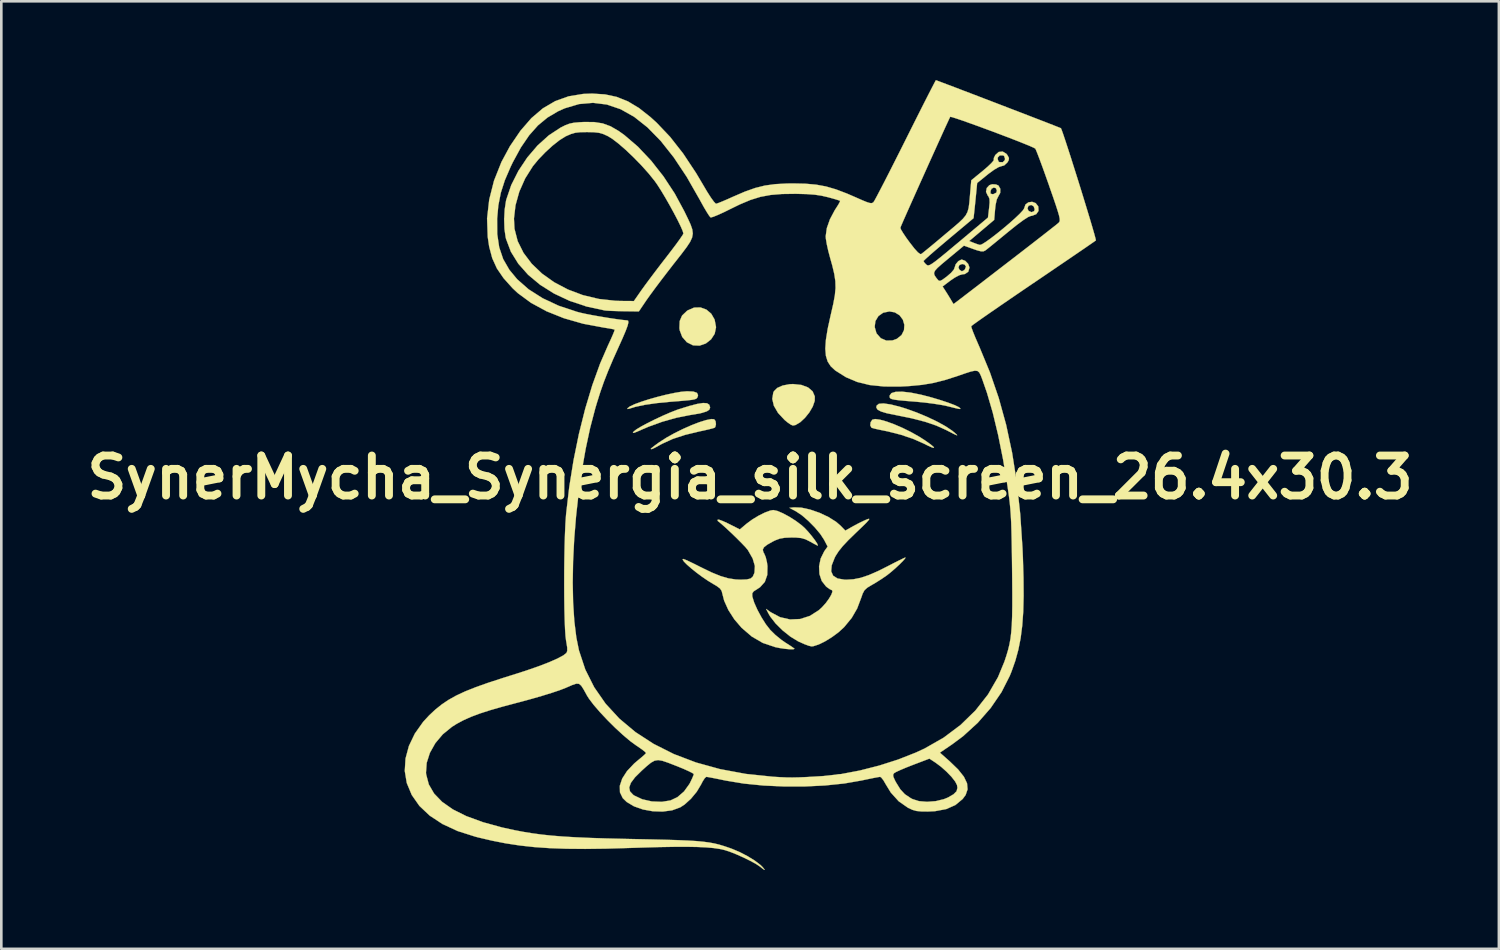
<source format=kicad_pcb>
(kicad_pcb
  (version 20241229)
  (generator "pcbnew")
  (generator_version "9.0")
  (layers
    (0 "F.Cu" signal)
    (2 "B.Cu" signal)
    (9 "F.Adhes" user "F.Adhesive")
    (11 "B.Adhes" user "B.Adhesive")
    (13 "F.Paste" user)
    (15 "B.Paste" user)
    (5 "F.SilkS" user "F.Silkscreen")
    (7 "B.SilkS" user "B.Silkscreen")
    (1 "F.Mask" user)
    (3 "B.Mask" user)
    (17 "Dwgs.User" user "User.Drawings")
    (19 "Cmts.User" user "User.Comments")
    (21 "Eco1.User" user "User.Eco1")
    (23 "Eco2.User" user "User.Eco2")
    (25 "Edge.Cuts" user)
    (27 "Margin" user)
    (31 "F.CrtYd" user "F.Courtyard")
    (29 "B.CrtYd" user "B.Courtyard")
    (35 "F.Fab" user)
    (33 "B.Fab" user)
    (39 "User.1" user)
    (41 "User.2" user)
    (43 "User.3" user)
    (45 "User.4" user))
  (footprint "SynerMycha_Synergia_silk_screen_26.4x30.3"
    (layer "F.Cu")
    (at 25.516 15.132)
    (property "Reference" "SynerMycha_Synergia_silk_screen_26.4x30.3" (at 0 0 0) (layer "F.SilkS") (effects (font (size 1.524 1.524) (thickness 0.3))))
    (attr through_hole)
    (fp_poly (pts (xy -1.665 -6.392) (xy -1.479 -6.234) (xy -1.351 -6.011) (xy -1.299 -5.735) (xy -1.298 -5.714) (xy -1.349 -5.469) (xy -1.487 -5.258) (xy -1.685 -5.102) (xy -1.921 -5.02) (xy -2.169 -5.03) (xy -2.175 -5.031) (xy -2.409 -5.149) (xy -2.584 -5.348) (xy -2.681 -5.604) (xy -2.692 -5.684) (xy -2.681 -5.956) (xy -2.59 -6.166) (xy -2.405 -6.342) (xy -2.376 -6.362) (xy -2.133 -6.468) (xy -1.89 -6.474) (xy -1.665 -6.392)) (stroke (width 0.01) (type solid)) (fill yes) (layer "F.SilkS"))
    (fp_poly (pts (xy 1.956 -3.522) (xy 2.207 -3.427) (xy 2.38 -3.279) (xy 2.464 -3.086) (xy 2.461 -2.915) (xy 2.386 -2.699) (xy 2.255 -2.475) (xy 2.087 -2.267) (xy 1.905 -2.099) (xy 1.73 -1.996) (xy 1.63 -1.976) (xy 1.548 -2.011) (xy 1.417 -2.102) (xy 1.315 -2.187) (xy 1.064 -2.456) (xy 0.906 -2.728) (xy 0.844 -2.99) (xy 0.883 -3.231) (xy 0.908 -3.282) (xy 1.032 -3.407) (xy 1.24 -3.5) (xy 1.504 -3.55) (xy 1.637 -3.556) (xy 1.956 -3.522)) (stroke (width 0.01) (type solid)) (fill yes) (layer "F.SilkS"))
    (fp_poly (pts (xy 4.951 -2.198) (xy 5.199 -2.129) (xy 5.491 -2.022) (xy 5.806 -1.886) (xy 6.128 -1.727) (xy 6.438 -1.553) (xy 6.653 -1.416) (xy 6.866 -1.265) (xy 6.983 -1.167) (xy 7.005 -1.125) (xy 6.932 -1.14) (xy 6.765 -1.214) (xy 6.633 -1.281) (xy 6.225 -1.462) (xy 5.748 -1.624) (xy 5.247 -1.752) (xy 5.124 -1.777) (xy 4.908 -1.821) (xy 4.734 -1.86) (xy 4.634 -1.889) (xy 4.623 -1.894) (xy 4.576 -1.98) (xy 4.589 -2.101) (xy 4.654 -2.199) (xy 4.763 -2.224) (xy 4.951 -2.198)) (stroke (width 0.01) (type solid)) (fill yes) (layer "F.SilkS"))
    (fp_poly (pts (xy 5.365 -2.777) (xy 5.737 -2.681) (xy 5.933 -2.62) (xy 6.336 -2.476) (xy 6.739 -2.308) (xy 7.117 -2.128) (xy 7.443 -1.949) (xy 7.691 -1.783) (xy 7.733 -1.749) (xy 7.841 -1.657) (xy 7.888 -1.609) (xy 7.866 -1.607) (xy 7.765 -1.652) (xy 7.577 -1.748) (xy 7.461 -1.808) (xy 7.093 -1.974) (xy 6.663 -2.12) (xy 6.154 -2.252) (xy 5.549 -2.375) (xy 5.533 -2.378) (xy 5.208 -2.444) (xy 4.986 -2.511) (xy 4.855 -2.581) (xy 4.806 -2.662) (xy 4.817 -2.733) (xy 4.903 -2.804) (xy 5.086 -2.818) (xy 5.365 -2.777)) (stroke (width 0.01) (type solid)) (fill yes) (layer "F.SilkS"))
    (fp_poly (pts (xy -2.162 -3.27) (xy -2.023 -3.222) (xy -1.982 -3.134) (xy -1.995 -3.079) (xy -2.015 -3.034) (xy -2.047 -3.001) (xy -2.108 -2.976) (xy -2.214 -2.955) (xy -2.383 -2.935) (xy -2.629 -2.913) (xy -2.971 -2.886) (xy -2.992 -2.885) (xy -3.54 -2.832) (xy -4.005 -2.766) (xy -4.377 -2.687) (xy -4.595 -2.619) (xy -4.671 -2.605) (xy -4.666 -2.638) (xy -4.578 -2.705) (xy -4.4 -2.788) (xy -4.154 -2.879) (xy -3.859 -2.974) (xy -3.538 -3.065) (xy -3.211 -3.148) (xy -2.898 -3.215) (xy -2.623 -3.262) (xy -2.404 -3.281) (xy -2.404 -3.281) (xy -2.162 -3.27)) (stroke (width 0.01) (type solid)) (fill yes) (layer "F.SilkS"))
    (fp_poly (pts (xy -1.369 -2.216) (xy -1.315 -2.145) (xy -1.3 -2.027) (xy -1.325 -1.921) (xy -1.35 -1.894) (xy -1.424 -1.869) (xy -1.583 -1.829) (xy -1.797 -1.78) (xy -1.928 -1.753) (xy -2.482 -1.619) (xy -2.947 -1.466) (xy -3.345 -1.284) (xy -3.425 -1.241) (xy -3.613 -1.137) (xy -3.724 -1.085) (xy -3.773 -1.076) (xy -3.782 -1.092) (xy -3.739 -1.132) (xy -3.627 -1.218) (xy -3.468 -1.333) (xy -3.448 -1.346) (xy -3.184 -1.516) (xy -2.881 -1.685) (xy -2.559 -1.844) (xy -2.239 -1.986) (xy -1.939 -2.102) (xy -1.679 -2.183) (xy -1.48 -2.223) (xy -1.369 -2.216)) (stroke (width 0.01) (type solid)) (fill yes) (layer "F.SilkS"))
    (fp_poly (pts (xy -1.64 -2.825) (xy -1.555 -2.77) (xy -1.524 -2.672) (xy -1.524 -2.655) (xy -1.553 -2.58) (xy -1.65 -2.516) (xy -1.826 -2.46) (xy -2.095 -2.406) (xy -2.29 -2.375) (xy -2.805 -2.273) (xy -3.354 -2.118) (xy -3.883 -1.926) (xy -4.092 -1.836) (xy -4.301 -1.744) (xy -4.42 -1.698) (xy -4.464 -1.696) (xy -4.444 -1.735) (xy -4.427 -1.754) (xy -4.325 -1.833) (xy -4.142 -1.943) (xy -3.9 -2.072) (xy -3.622 -2.211) (xy -3.331 -2.347) (xy -3.051 -2.469) (xy -2.803 -2.567) (xy -2.722 -2.595) (xy -2.321 -2.72) (xy -2.013 -2.8) (xy -1.79 -2.835) (xy -1.64 -2.825)) (stroke (width 0.01) (type solid)) (fill yes) (layer "F.SilkS"))
    (fp_poly (pts (xy 6.121 -3.229) (xy 6.516 -3.149) (xy 6.595 -3.129) (xy 6.932 -3.04) (xy 7.255 -2.943) (xy 7.543 -2.847) (xy 7.777 -2.759) (xy 7.934 -2.685) (xy 7.984 -2.65) (xy 8.01 -2.619) (xy 7.998 -2.606) (xy 7.93 -2.614) (xy 7.789 -2.646) (xy 7.559 -2.703) (xy 7.507 -2.716) (xy 7.283 -2.762) (xy 6.984 -2.809) (xy 6.651 -2.851) (xy 6.322 -2.883) (xy 5.959 -2.912) (xy 5.694 -2.936) (xy 5.512 -2.959) (xy 5.397 -2.984) (xy 5.336 -3.014) (xy 5.314 -3.054) (xy 5.314 -3.106) (xy 5.316 -3.121) (xy 5.383 -3.212) (xy 5.545 -3.26) (xy 5.794 -3.266) (xy 6.121 -3.229)) (stroke (width 0.01) (type solid)) (fill yes) (layer "F.SilkS"))
    (fp_poly (pts (xy 1.955 1.151) (xy 2.29 1.225) (xy 2.643 1.347) (xy 2.983 1.507) (xy 3.275 1.69) (xy 3.443 1.835) (xy 3.627 2.025) (xy 3.916 1.862) (xy 4.123 1.751) (xy 4.333 1.649) (xy 4.431 1.606) (xy 4.508 1.578) (xy 4.539 1.582) (xy 4.515 1.626) (xy 4.431 1.72) (xy 4.278 1.871) (xy 4.05 2.089) (xy 4.025 2.113) (xy 3.74 2.39) (xy 3.528 2.616) (xy 3.373 2.809) (xy 3.259 2.986) (xy 3.222 3.057) (xy 3.108 3.348) (xy 3.088 3.577) (xy 3.163 3.744) (xy 3.332 3.849) (xy 3.595 3.893) (xy 3.665 3.895) (xy 3.937 3.878) (xy 4.215 3.822) (xy 4.521 3.719) (xy 4.877 3.564) (xy 5.24 3.382) (xy 5.483 3.256) (xy 5.69 3.152) (xy 5.839 3.08) (xy 5.912 3.048) (xy 5.915 3.048) (xy 5.906 3.082) (xy 5.831 3.17) (xy 5.708 3.295) (xy 5.557 3.437) (xy 5.395 3.579) (xy 5.243 3.702) (xy 5.226 3.716) (xy 5.009 3.866) (xy 4.763 4.021) (xy 4.64 4.092) (xy 4.464 4.198) (xy 4.357 4.295) (xy 4.287 4.424) (xy 4.236 4.572) (xy 4.077 4.992) (xy 3.871 5.348) (xy 3.593 5.687) (xy 3.568 5.713) (xy 3.362 5.901) (xy 3.116 6.082) (xy 2.858 6.241) (xy 2.614 6.361) (xy 2.412 6.427) (xy 2.342 6.435) (xy 2.233 6.41) (xy 2.058 6.345) (xy 1.854 6.253) (xy 1.823 6.238) (xy 1.529 6.058) (xy 1.235 5.823) (xy 0.97 5.56) (xy 0.767 5.298) (xy 0.708 5.198) (xy 0.61 5.008) (xy 0.781 5.13) (xy 1.141 5.322) (xy 1.522 5.409) (xy 1.906 5.392) (xy 2.278 5.273) (xy 2.621 5.053) (xy 2.735 4.948) (xy 2.882 4.785) (xy 3.005 4.616) (xy 3.094 4.464) (xy 3.136 4.348) (xy 3.12 4.292) (xy 3.106 4.29) (xy 3.034 4.256) (xy 2.919 4.174) (xy 2.889 4.148) (xy 2.729 3.945) (xy 2.641 3.681) (xy 2.627 3.386) (xy 2.688 3.088) (xy 2.824 2.813) (xy 2.835 2.798) (xy 2.953 2.633) (xy 2.818 2.375) (xy 2.673 2.153) (xy 2.463 1.902) (xy 2.219 1.655) (xy 1.972 1.442) (xy 1.752 1.294) (xy 1.749 1.292) (xy 1.496 1.158) (xy 1.672 1.14) (xy 1.955 1.151)) (stroke (width 0.01) (type solid)) (fill yes) (layer "F.SilkS"))
    (fp_poly (pts (xy 1.036 1.275) (xy 1.248 1.365) (xy 1.491 1.496) (xy 1.737 1.652) (xy 1.957 1.816) (xy 2.078 1.925) (xy 2.215 2.072) (xy 2.35 2.234) (xy 2.467 2.388) (xy 2.55 2.512) (xy 2.582 2.586) (xy 2.573 2.596) (xy 2.518 2.571) (xy 2.395 2.506) (xy 2.279 2.441) (xy 2.109 2.356) (xy 1.95 2.309) (xy 1.755 2.29) (xy 1.58 2.287) (xy 1.324 2.297) (xy 1.131 2.33) (xy 0.952 2.398) (xy 0.871 2.438) (xy 0.652 2.562) (xy 0.527 2.661) (xy 0.483 2.753) (xy 0.509 2.853) (xy 0.538 2.901) (xy 0.595 3.037) (xy 0.642 3.234) (xy 0.661 3.375) (xy 0.654 3.712) (xy 0.561 3.978) (xy 0.379 4.181) (xy 0.274 4.25) (xy 0.138 4.337) (xy 0.082 4.414) (xy 0.083 4.517) (xy 0.087 4.544) (xy 0.155 4.765) (xy 0.276 5.037) (xy 0.432 5.326) (xy 0.602 5.595) (xy 0.767 5.807) (xy 0.963 5.999) (xy 1.199 6.191) (xy 1.359 6.301) (xy 1.525 6.406) (xy 1.644 6.487) (xy 1.693 6.527) (xy 1.693 6.527) (xy 1.643 6.545) (xy 1.511 6.544) (xy 1.329 6.527) (xy 1.125 6.497) (xy 0.947 6.46) (xy 0.482 6.302) (xy 0.065 6.06) (xy -0.323 5.727) (xy -0.6 5.404) (xy -0.828 5.049) (xy -0.988 4.693) (xy -1.052 4.446) (xy -1.084 4.322) (xy -1.148 4.228) (xy -1.271 4.136) (xy -1.404 4.058) (xy -1.608 3.933) (xy -1.826 3.785) (xy -2.041 3.625) (xy -2.238 3.467) (xy -2.402 3.323) (xy -2.518 3.206) (xy -2.571 3.129) (xy -2.55 3.104) (xy -2.477 3.129) (xy -2.327 3.196) (xy -2.121 3.295) (xy -1.89 3.412) (xy -1.477 3.613) (xy -1.132 3.754) (xy -0.83 3.843) (xy -0.549 3.886) (xy -0.358 3.894) (xy -0.129 3.885) (xy 0.016 3.851) (xy 0.102 3.778) (xy 0.158 3.65) (xy 0.168 3.617) (xy 0.182 3.372) (xy 0.098 3.087) (xy -0.081 2.772) (xy -0.087 2.763) (xy -0.174 2.658) (xy -0.324 2.501) (xy -0.513 2.311) (xy -0.72 2.111) (xy -0.924 1.921) (xy -1.1 1.764) (xy -1.228 1.66) (xy -1.237 1.653) (xy -1.231 1.608) (xy -1.229 1.605) (xy -1.167 1.614) (xy -1.032 1.665) (xy -0.849 1.749) (xy -0.794 1.776) (xy -0.391 1.979) (xy -0.125 1.755) (xy 0.083 1.602) (xy 0.321 1.458) (xy 0.559 1.339) (xy 0.764 1.263) (xy 0.881 1.242) (xy 1.036 1.275)) (stroke (width 0.01) (type solid)) (fill yes) (layer "F.SilkS"))
    (fp_poly (pts (xy -5.937 -13.533) (xy -5.613 -13.482) (xy -5.313 -13.372) (xy -5.002 -13.191) (xy -4.787 -13.037) (xy -4.273 -12.597) (xy -3.771 -12.065) (xy -3.298 -11.463) (xy -2.87 -10.812) (xy -2.505 -10.135) (xy -2.367 -9.851) (xy -2.265 -9.628) (xy -2.202 -9.446) (xy -2.182 -9.288) (xy -2.209 -9.135) (xy -2.286 -8.968) (xy -2.418 -8.768) (xy -2.607 -8.517) (xy -2.858 -8.197) (xy -2.91 -8.132) (xy -3.156 -7.814) (xy -3.397 -7.499) (xy -3.618 -7.205) (xy -3.803 -6.953) (xy -3.937 -6.765) (xy -3.958 -6.735) (xy -4.237 -6.322) (xy -4.814 -6.329) (xy -5.073 -6.335) (xy -5.303 -6.343) (xy -5.472 -6.353) (xy -5.532 -6.359) (xy -6.225 -6.508) (xy -6.873 -6.725) (xy -7.466 -7.003) (xy -7.996 -7.336) (xy -8.453 -7.717) (xy -8.827 -8.139) (xy -9.11 -8.596) (xy -9.293 -9.08) (xy -9.309 -9.144) (xy -9.354 -9.457) (xy -9.366 -9.828) (xy -9.364 -9.859) (xy -8.993 -9.859) (xy -8.973 -9.471) (xy -8.851 -8.998) (xy -8.628 -8.55) (xy -8.314 -8.135) (xy -7.921 -7.76) (xy -7.458 -7.431) (xy -6.936 -7.156) (xy -6.367 -6.942) (xy -5.759 -6.797) (xy -5.124 -6.727) (xy -4.936 -6.721) (xy -4.426 -6.717) (xy -4.141 -7.126) (xy -4.011 -7.307) (xy -3.829 -7.553) (xy -3.613 -7.84) (xy -3.381 -8.144) (xy -3.198 -8.38) (xy -2.992 -8.648) (xy -2.812 -8.887) (xy -2.67 -9.084) (xy -2.575 -9.222) (xy -2.54 -9.288) (xy -2.54 -9.289) (xy -2.568 -9.389) (xy -2.645 -9.566) (xy -2.759 -9.8) (xy -2.902 -10.072) (xy -3.061 -10.362) (xy -3.226 -10.651) (xy -3.387 -10.92) (xy -3.533 -11.148) (xy -3.634 -11.291) (xy -3.869 -11.582) (xy -4.143 -11.888) (xy -4.438 -12.19) (xy -4.734 -12.472) (xy -5.014 -12.715) (xy -5.258 -12.902) (xy -5.422 -13.001) (xy -5.596 -13.079) (xy -5.758 -13.125) (xy -5.952 -13.146) (xy -6.211 -13.152) (xy -6.469 -13.147) (xy -6.658 -13.126) (xy -6.82 -13.08) (xy -6.998 -13.002) (xy -7.035 -12.984) (xy -7.261 -12.842) (xy -7.526 -12.633) (xy -7.802 -12.38) (xy -8.062 -12.109) (xy -8.273 -11.853) (xy -8.567 -11.386) (xy -8.79 -10.882) (xy -8.934 -10.365) (xy -8.993 -9.859) (xy -9.364 -9.859) (xy -9.346 -10.205) (xy -9.295 -10.538) (xy -9.283 -10.586) (xy -9.096 -11.135) (xy -8.824 -11.675) (xy -8.485 -12.184) (xy -8.093 -12.643) (xy -7.664 -13.029) (xy -7.223 -13.319) (xy -7.035 -13.414) (xy -6.875 -13.474) (xy -6.704 -13.509) (xy -6.482 -13.528) (xy -6.322 -13.536) (xy -5.937 -13.533)) (stroke (width 0.01) (type solid)) (fill yes) (layer "F.SilkS"))
    (fp_poly (pts (xy 7.132 -15.108) (xy 7.28 -15.052) (xy 7.507 -14.966) (xy 7.802 -14.855) (xy 8.149 -14.722) (xy 8.538 -14.574) (xy 8.954 -14.414) (xy 9.386 -14.249) (xy 9.819 -14.082) (xy 10.242 -13.92) (xy 10.641 -13.766) (xy 11.004 -13.626) (xy 11.317 -13.505) (xy 11.567 -13.407) (xy 11.742 -13.338) (xy 11.83 -13.303) (xy 11.837 -13.3) (xy 11.865 -13.236) (xy 11.921 -13.079) (xy 12 -12.844) (xy 12.098 -12.545) (xy 12.211 -12.196) (xy 12.333 -11.81) (xy 12.462 -11.402) (xy 12.592 -10.986) (xy 12.718 -10.576) (xy 12.837 -10.186) (xy 12.945 -9.83) (xy 13.036 -9.522) (xy 13.107 -9.277) (xy 13.152 -9.108) (xy 13.169 -9.03) (xy 13.168 -9.026) (xy 13.114 -8.987) (xy 12.975 -8.891) (xy 12.761 -8.743) (xy 12.481 -8.552) (xy 12.143 -8.321) (xy 11.757 -8.059) (xy 11.333 -7.77) (xy 10.878 -7.461) (xy 10.781 -7.396) (xy 10.322 -7.084) (xy 9.892 -6.79) (xy 9.5 -6.521) (xy 9.155 -6.283) (xy 8.866 -6.082) (xy 8.641 -5.923) (xy 8.491 -5.815) (xy 8.423 -5.761) (xy 8.421 -5.758) (xy 8.436 -5.691) (xy 8.491 -5.541) (xy 8.578 -5.327) (xy 8.689 -5.07) (xy 8.74 -4.954) (xy 9.134 -4) (xy 9.47 -3.021) (xy 9.751 -2.004) (xy 9.979 -0.937) (xy 10.157 0.194) (xy 10.288 1.4) (xy 10.374 2.696) (xy 10.389 3.045) (xy 10.412 3.826) (xy 10.417 4.51) (xy 10.402 5.111) (xy 10.364 5.643) (xy 10.303 6.121) (xy 10.216 6.56) (xy 10.103 6.974) (xy 9.961 7.378) (xy 9.89 7.555) (xy 9.575 8.176) (xy 9.163 8.779) (xy 8.669 9.345) (xy 8.11 9.855) (xy 7.692 10.166) (xy 7.228 10.481) (xy 7.601 10.811) (xy 7.923 11.122) (xy 8.143 11.399) (xy 8.262 11.649) (xy 8.282 11.878) (xy 8.208 12.094) (xy 8.095 12.246) (xy 7.818 12.476) (xy 7.47 12.63) (xy 7.043 12.71) (xy 6.773 12.723) (xy 6.518 12.72) (xy 6.334 12.702) (xy 6.182 12.659) (xy 6.022 12.585) (xy 6.008 12.577) (xy 5.66 12.334) (xy 5.359 12.001) (xy 5.166 11.686) (xy 5.076 11.531) (xy 4.994 11.428) (xy 4.952 11.402) (xy 4.872 11.414) (xy 4.706 11.445) (xy 4.48 11.491) (xy 4.233 11.543) (xy 3.583 11.656) (xy 2.855 11.731) (xy 2.08 11.769) (xy 1.287 11.769) (xy 0.504 11.733) (xy -0.237 11.659) (xy -0.909 11.548) (xy -0.93 11.544) (xy -1.196 11.489) (xy -1.423 11.444) (xy -1.589 11.413) (xy -1.668 11.402) (xy -1.668 11.402) (xy -1.724 11.449) (xy -1.804 11.571) (xy -1.867 11.693) (xy -2.032 11.97) (xy -2.254 12.238) (xy -2.498 12.459) (xy -2.66 12.564) (xy -2.97 12.677) (xy -3.328 12.725) (xy -3.706 12.713) (xy -4.078 12.646) (xy -4.418 12.527) (xy -4.698 12.361) (xy -4.85 12.213) (xy -4.956 11.993) (xy -4.96 11.808) (xy -4.604 11.808) (xy -4.573 11.957) (xy -4.451 12.088) (xy -4.416 12.112) (xy -4.108 12.257) (xy -3.744 12.339) (xy -3.364 12.354) (xy -3.032 12.301) (xy -2.766 12.175) (xy -2.517 11.96) (xy -2.314 11.679) (xy -2.282 11.62) (xy -2.205 11.459) (xy -2.155 11.338) (xy -2.145 11.297) (xy -2.194 11.259) (xy -2.33 11.19) (xy -2.532 11.099) (xy -2.781 10.997) (xy -2.828 10.979) (xy -3.124 10.864) (xy -3.34 10.791) (xy -3.503 10.764) (xy -3.64 10.788) (xy -3.777 10.865) (xy -3.941 10.999) (xy -4.125 11.165) (xy -4.382 11.419) (xy -4.541 11.631) (xy -4.604 11.808) (xy -4.96 11.808) (xy -4.961 11.741) (xy -4.87 11.468) (xy -4.687 11.183) (xy -4.416 10.896) (xy -4.29 10.789) (xy -4.134 10.659) (xy -4.017 10.556) (xy -3.964 10.5) (xy -3.963 10.498) (xy -4 10.451) (xy -4.111 10.363) (xy -4.275 10.248) (xy -4.33 10.213) (xy -4.565 10.042) (xy -4.841 9.809) (xy -5.137 9.536) (xy -5.435 9.24) (xy -5.714 8.943) (xy -5.955 8.664) (xy -6.137 8.424) (xy -6.209 8.31) (xy -6.337 8.078) (xy -6.43 7.932) (xy -6.516 7.86) (xy -6.62 7.854) (xy -6.77 7.904) (xy -6.993 8.001) (xy -7.032 8.018) (xy -7.247 8.101) (xy -7.549 8.202) (xy -7.915 8.315) (xy -8.319 8.432) (xy -8.74 8.547) (xy -8.846 8.574) (xy -9.42 8.727) (xy -9.899 8.864) (xy -10.299 8.993) (xy -10.633 9.119) (xy -10.919 9.247) (xy -11.172 9.383) (xy -11.356 9.499) (xy -11.704 9.783) (xy -11.987 10.119) (xy -12.195 10.489) (xy -12.317 10.871) (xy -12.343 11.247) (xy -12.336 11.311) (xy -12.236 11.691) (xy -12.034 12.039) (xy -11.729 12.355) (xy -11.32 12.642) (xy -10.805 12.899) (xy -10.183 13.127) (xy -9.454 13.328) (xy -8.98 13.432) (xy -8.632 13.498) (xy -8.285 13.554) (xy -7.927 13.602) (xy -7.544 13.642) (xy -7.122 13.676) (xy -6.647 13.704) (xy -6.106 13.728) (xy -5.486 13.748) (xy -4.773 13.765) (xy -4.403 13.773) (xy -3.756 13.786) (xy -3.21 13.799) (xy -2.752 13.813) (xy -2.371 13.829) (xy -2.052 13.848) (xy -1.786 13.873) (xy -1.558 13.903) (xy -1.357 13.94) (xy -1.17 13.986) (xy -0.985 14.042) (xy -0.791 14.108) (xy -0.691 14.144) (xy -0.396 14.268) (xy -0.096 14.424) (xy 0.178 14.593) (xy 0.393 14.757) (xy 0.474 14.836) (xy 0.55 14.93) (xy 0.545 14.948) (xy 0.462 14.89) (xy 0.395 14.835) (xy 0.245 14.733) (xy 0.02 14.608) (xy -0.248 14.476) (xy -0.528 14.351) (xy -0.789 14.248) (xy -0.965 14.192) (xy -1.159 14.148) (xy -1.393 14.114) (xy -1.675 14.089) (xy -2.016 14.073) (xy -2.425 14.066) (xy -2.911 14.068) (xy -3.486 14.078) (xy -4.157 14.097) (xy -4.6 14.111) (xy -5.488 14.137) (xy -6.28 14.147) (xy -6.989 14.141) (xy -7.632 14.118) (xy -8.222 14.077) (xy -8.776 14.016) (xy -9.307 13.935) (xy -9.831 13.832) (xy -10.364 13.707) (xy -10.47 13.679) (xy -11.137 13.467) (xy -11.716 13.199) (xy -12.202 12.879) (xy -12.593 12.51) (xy -12.885 12.093) (xy -13.075 11.637) (xy -13.151 11.179) (xy -13.122 10.703) (xy -12.993 10.225) (xy -12.768 9.756) (xy -12.452 9.31) (xy -12.224 9.063) (xy -11.989 8.843) (xy -11.748 8.649) (xy -11.488 8.473) (xy -11.195 8.309) (xy -10.855 8.15) (xy -10.454 7.99) (xy -9.978 7.821) (xy -9.413 7.637) (xy -9.088 7.535) (xy -8.539 7.36) (xy -8.059 7.193) (xy -7.656 7.038) (xy -7.339 6.899) (xy -7.115 6.779) (xy -6.995 6.684) (xy -6.964 6.607) (xy -6.965 6.476) (xy -6.999 6.265) (xy -7.007 6.224) (xy -7.029 6.05) (xy -7.047 5.78) (xy -7.061 5.431) (xy -7.072 5.018) (xy -7.078 4.559) (xy -7.08 4.071) (xy -7.079 3.569) (xy -7.073 3.07) (xy -7.064 2.592) (xy -7.05 2.149) (xy -7.033 1.76) (xy -7.011 1.441) (xy -7.006 1.383) (xy -6.887 0.36) (xy -6.723 -0.66) (xy -6.519 -1.658) (xy -6.279 -2.617) (xy -6.008 -3.517) (xy -5.71 -4.341) (xy -5.42 -5.008) (xy -5.311 -5.244) (xy -5.225 -5.439) (xy -5.171 -5.574) (xy -5.158 -5.628) (xy -5.221 -5.647) (xy -5.366 -5.674) (xy -5.561 -5.705) (xy -5.568 -5.706) (xy -6.357 -5.853) (xy -7.09 -6.063) (xy -7.757 -6.33) (xy -8.346 -6.651) (xy -8.846 -7.019) (xy -9.046 -7.206) (xy -9.389 -7.589) (xy -9.643 -7.96) (xy -9.82 -8.35) (xy -9.937 -8.788) (xy -9.992 -9.159) (xy -10.016 -9.85) (xy -9.634 -9.85) (xy -9.63 -9.269) (xy -9.555 -8.764) (xy -9.404 -8.316) (xy -9.169 -7.908) (xy -8.872 -7.549) (xy -8.433 -7.163) (xy -7.9 -6.824) (xy -7.286 -6.537) (xy -6.603 -6.31) (xy -6.463 -6.273) (xy -6.27 -6.23) (xy -6.012 -6.18) (xy -5.718 -6.128) (xy -5.413 -6.077) (xy -5.127 -6.034) (xy -4.887 -6.001) (xy -4.72 -5.984) (xy -4.683 -5.983) (xy -4.642 -5.964) (xy -4.636 -5.897) (xy -4.666 -5.774) (xy -4.738 -5.581) (xy -4.854 -5.308) (xy -4.992 -5.002) (xy -5.222 -4.49) (xy -5.409 -4.048) (xy -5.566 -3.646) (xy -5.704 -3.253) (xy -5.834 -2.84) (xy -5.898 -2.625) (xy -6.091 -1.888) (xy -6.261 -1.094) (xy -6.408 -0.26) (xy -6.53 0.601) (xy -6.627 1.473) (xy -6.698 2.341) (xy -6.741 3.19) (xy -6.755 4.006) (xy -6.74 4.772) (xy -6.694 5.475) (xy -6.617 6.098) (xy -6.518 6.586) (xy -6.277 7.314) (xy -5.937 7.991) (xy -5.503 8.616) (xy -4.979 9.185) (xy -4.368 9.697) (xy -3.675 10.147) (xy -2.904 10.535) (xy -2.059 10.856) (xy -1.143 11.109) (xy -0.161 11.291) (xy 0.875 11.399) (xy 1.144 11.415) (xy 1.379 11.425) (xy 1.605 11.428) (xy 1.848 11.423) (xy 2.133 11.411) (xy 2.487 11.391) (xy 2.794 11.372) (xy 3.265 11.32) (xy 5.447 11.32) (xy 5.457 11.404) (xy 5.52 11.544) (xy 5.561 11.619) (xy 5.721 11.878) (xy 5.893 12.063) (xy 6.113 12.211) (xy 6.184 12.249) (xy 6.432 12.328) (xy 6.74 12.353) (xy 7.07 12.328) (xy 7.382 12.252) (xy 7.538 12.188) (xy 7.747 12.067) (xy 7.862 11.952) (xy 7.896 11.823) (xy 7.88 11.716) (xy 7.81 11.58) (xy 7.671 11.402) (xy 7.484 11.208) (xy 7.272 11.019) (xy 7.066 10.865) (xy 6.829 10.709) (xy 6.194 10.95) (xy 5.94 11.05) (xy 5.72 11.143) (xy 5.559 11.218) (xy 5.483 11.263) (xy 5.447 11.32) (xy 3.265 11.32) (xy 3.459 11.298) (xy 4.177 11.162) (xy 4.915 10.974) (xy 5.639 10.743) (xy 6.314 10.477) (xy 6.651 10.321) (xy 7.372 9.909) (xy 8.018 9.424) (xy 8.582 8.875) (xy 9.059 8.267) (xy 9.44 7.607) (xy 9.685 7.014) (xy 9.762 6.782) (xy 9.825 6.568) (xy 9.876 6.358) (xy 9.916 6.138) (xy 9.945 5.896) (xy 9.966 5.617) (xy 9.979 5.288) (xy 9.985 4.895) (xy 9.985 4.425) (xy 9.981 3.864) (xy 9.977 3.478) (xy 9.97 2.911) (xy 9.962 2.44) (xy 9.953 2.049) (xy 9.943 1.721) (xy 9.928 1.441) (xy 9.91 1.192) (xy 9.887 0.957) (xy 9.858 0.719) (xy 9.822 0.464) (xy 9.801 0.32) (xy 9.634 -0.683) (xy 9.447 -1.614) (xy 9.242 -2.465) (xy 9.021 -3.222) (xy 8.846 -3.725) (xy 8.784 -3.887) (xy 8.729 -3.995) (xy 8.661 -4.054) (xy 8.56 -4.065) (xy 8.407 -4.033) (xy 8.183 -3.961) (xy 7.93 -3.873) (xy 7.438 -3.714) (xy 6.993 -3.601) (xy 6.552 -3.526) (xy 6.069 -3.48) (xy 5.729 -3.462) (xy 5.101 -3.463) (xy 4.556 -3.519) (xy 4.078 -3.636) (xy 3.65 -3.817) (xy 3.255 -4.066) (xy 3.236 -4.08) (xy 3.072 -4.232) (xy 2.955 -4.411) (xy 2.887 -4.63) (xy 2.864 -4.903) (xy 2.887 -5.24) (xy 2.954 -5.656) (xy 2.971 -5.733) (xy 4.744 -5.733) (xy 4.81 -5.5) (xy 4.82 -5.481) (xy 4.977 -5.302) (xy 5.187 -5.212) (xy 5.425 -5.218) (xy 5.589 -5.278) (xy 5.768 -5.422) (xy 5.861 -5.608) (xy 5.875 -5.812) (xy 5.817 -6.008) (xy 5.693 -6.175) (xy 5.509 -6.287) (xy 5.306 -6.322) (xy 5.068 -6.273) (xy 4.886 -6.144) (xy 4.773 -5.956) (xy 4.744 -5.733) (xy 2.971 -5.733) (xy 3.065 -6.163) (xy 3.076 -6.209) (xy 3.168 -6.612) (xy 3.228 -6.937) (xy 3.254 -7.215) (xy 3.247 -7.475) (xy 3.206 -7.748) (xy 3.131 -8.065) (xy 3.05 -8.354) (xy 2.978 -8.624) (xy 2.921 -8.881) (xy 2.886 -9.09) (xy 2.879 -9.186) (xy 2.921 -9.489) (xy 2.928 -9.511) (xy 5.722 -9.511) (xy 5.744 -9.445) (xy 5.824 -9.311) (xy 5.946 -9.129) (xy 6.07 -8.959) (xy 6.256 -8.719) (xy 6.391 -8.571) (xy 6.48 -8.507) (xy 6.515 -8.508) (xy 6.58 -8.556) (xy 6.716 -8.666) (xy 6.91 -8.825) (xy 7.145 -9.021) (xy 7.409 -9.243) (xy 7.437 -9.267) (xy 7.727 -9.51) (xy 7.945 -9.697) (xy 8.102 -9.847) (xy 8.21 -9.978) (xy 8.279 -10.11) (xy 8.322 -10.262) (xy 8.348 -10.454) (xy 8.37 -10.704) (xy 8.386 -10.894) (xy 8.423 -11.317) (xy 8.866 -11.679) (xy 9.048 -11.835) (xy 9.187 -11.968) (xy 9.267 -12.06) (xy 9.278 -12.091) (xy 9.281 -12.134) (xy 9.426 -12.134) (xy 9.46 -12.035) (xy 9.497 -12.007) (xy 9.624 -12.006) (xy 9.7 -12.085) (xy 9.708 -12.137) (xy 9.675 -12.236) (xy 9.638 -12.264) (xy 9.51 -12.265) (xy 9.434 -12.186) (xy 9.426 -12.134) (xy 9.281 -12.134) (xy 9.284 -12.169) (xy 9.338 -12.279) (xy 9.468 -12.395) (xy 9.618 -12.411) (xy 9.759 -12.327) (xy 9.798 -12.277) (xy 9.858 -12.166) (xy 9.848 -12.079) (xy 9.798 -11.994) (xy 9.677 -11.882) (xy 9.572 -11.853) (xy 9.462 -11.817) (xy 9.292 -11.717) (xy 9.087 -11.568) (xy 9.043 -11.533) (xy 8.647 -11.212) (xy 8.611 -10.841) (xy 8.586 -10.587) (xy 8.559 -10.324) (xy 8.543 -10.172) (xy 8.51 -9.873) (xy 7.557 -9.075) (xy 7.28 -8.841) (xy 7.034 -8.631) (xy 6.833 -8.456) (xy 6.688 -8.325) (xy 6.612 -8.251) (xy 6.604 -8.24) (xy 6.641 -8.177) (xy 6.709 -8.107) (xy 6.745 -8.081) (xy 6.787 -8.074) (xy 6.848 -8.093) (xy 6.937 -8.145) (xy 7.065 -8.237) (xy 7.242 -8.377) (xy 7.481 -8.572) (xy 7.79 -8.831) (xy 7.937 -8.953) (xy 9.059 -9.895) (xy 9.102 -10.262) (xy 9.122 -10.474) (xy 9.116 -10.607) (xy 9.081 -10.696) (xy 9.05 -10.735) (xy 8.985 -10.876) (xy 8.99 -10.903) (xy 9.154 -10.903) (xy 9.158 -10.807) (xy 9.231 -10.787) (xy 9.266 -10.79) (xy 9.376 -10.845) (xy 9.398 -10.922) (xy 9.362 -11.015) (xy 9.281 -11.039) (xy 9.197 -10.997) (xy 9.154 -10.903) (xy 8.99 -10.903) (xy 9.011 -11.02) (xy 9.112 -11.13) (xy 9.219 -11.166) (xy 9.364 -11.157) (xy 9.458 -11.117) (xy 9.528 -10.994) (xy 9.526 -10.838) (xy 9.451 -10.701) (xy 9.394 -10.586) (xy 9.349 -10.379) (xy 9.33 -10.211) (xy 9.296 -9.808) (xy 8.345 -9.003) (xy 8.505 -8.938) (xy 8.65 -8.884) (xy 8.754 -8.853) (xy 8.833 -8.881) (xy 8.978 -8.971) (xy 9.171 -9.109) (xy 9.395 -9.282) (xy 9.633 -9.475) (xy 9.869 -9.674) (xy 10.084 -9.865) (xy 10.262 -10.034) (xy 10.385 -10.166) (xy 10.435 -10.242) (xy 10.563 -10.242) (xy 10.609 -10.148) (xy 10.715 -10.104) (xy 10.723 -10.104) (xy 10.818 -10.142) (xy 10.837 -10.218) (xy 10.797 -10.327) (xy 10.705 -10.377) (xy 10.605 -10.345) (xy 10.6 -10.341) (xy 10.563 -10.242) (xy 10.435 -10.242) (xy 10.438 -10.247) (xy 10.438 -10.252) (xy 10.487 -10.394) (xy 10.6 -10.477) (xy 10.741 -10.496) (xy 10.876 -10.447) (xy 10.97 -10.326) (xy 10.975 -10.314) (xy 10.984 -10.15) (xy 10.898 -10.026) (xy 10.735 -9.963) (xy 10.697 -9.96) (xy 10.592 -9.919) (xy 10.412 -9.804) (xy 10.163 -9.62) (xy 9.851 -9.37) (xy 9.811 -9.337) (xy 9.558 -9.129) (xy 9.329 -8.941) (xy 9.141 -8.788) (xy 9.011 -8.684) (xy 8.962 -8.646) (xy 8.889 -8.61) (xy 8.795 -8.61) (xy 8.648 -8.648) (xy 8.501 -8.699) (xy 8.144 -8.827) (xy 7.545 -8.33) (xy 7.302 -8.127) (xy 7.137 -7.98) (xy 7.041 -7.873) (xy 7.005 -7.787) (xy 7.02 -7.708) (xy 7.078 -7.617) (xy 7.135 -7.545) (xy 7.185 -7.493) (xy 7.24 -7.486) (xy 7.329 -7.532) (xy 7.475 -7.639) (xy 7.499 -7.658) (xy 7.655 -7.793) (xy 7.758 -7.914) (xy 7.786 -7.982) (xy 7.79 -7.995) (xy 7.934 -7.995) (xy 7.974 -7.909) (xy 8.065 -7.85) (xy 8.149 -7.891) (xy 8.182 -7.928) (xy 8.222 -8.034) (xy 8.164 -8.11) (xy 8.074 -8.128) (xy 7.969 -8.087) (xy 7.934 -7.995) (xy 7.79 -7.995) (xy 7.83 -8.118) (xy 7.93 -8.237) (xy 8.047 -8.296) (xy 8.062 -8.297) (xy 8.193 -8.249) (xy 8.304 -8.134) (xy 8.354 -7.996) (xy 8.354 -7.989) (xy 8.308 -7.832) (xy 8.179 -7.746) (xy 8.08 -7.733) (xy 7.964 -7.7) (xy 7.8 -7.613) (xy 7.636 -7.503) (xy 7.331 -7.272) (xy 7.426 -7.126) (xy 7.522 -6.975) (xy 7.626 -6.804) (xy 7.634 -6.791) (xy 7.746 -6.601) (xy 7.951 -6.756) (xy 8.041 -6.825) (xy 8.209 -6.954) (xy 8.445 -7.135) (xy 8.737 -7.359) (xy 9.073 -7.618) (xy 9.443 -7.903) (xy 9.836 -8.206) (xy 9.906 -8.259) (xy 10.297 -8.561) (xy 10.662 -8.843) (xy 10.991 -9.099) (xy 11.274 -9.32) (xy 11.501 -9.498) (xy 11.662 -9.625) (xy 11.745 -9.694) (xy 11.752 -9.7) (xy 11.779 -9.734) (xy 11.793 -9.782) (xy 11.79 -9.856) (xy 11.767 -9.969) (xy 11.719 -10.134) (xy 11.645 -10.365) (xy 11.54 -10.674) (xy 11.4 -11.074) (xy 11.379 -11.137) (xy 11.248 -11.506) (xy 11.128 -11.84) (xy 11.023 -12.124) (xy 10.939 -12.342) (xy 10.882 -12.481) (xy 10.859 -12.525) (xy 10.785 -12.564) (xy 10.624 -12.635) (xy 10.391 -12.729) (xy 10.104 -12.843) (xy 9.777 -12.969) (xy 9.426 -13.102) (xy 9.067 -13.236) (xy 8.716 -13.366) (xy 8.388 -13.484) (xy 8.099 -13.587) (xy 7.865 -13.666) (xy 7.702 -13.718) (xy 7.625 -13.735) (xy 7.621 -13.734) (xy 7.593 -13.678) (xy 7.525 -13.531) (xy 7.422 -13.309) (xy 7.292 -13.023) (xy 7.14 -12.687) (xy 6.972 -12.315) (xy 6.793 -11.919) (xy 6.611 -11.513) (xy 6.43 -11.111) (xy 6.258 -10.726) (xy 6.099 -10.37) (xy 5.96 -10.058) (xy 5.847 -9.802) (xy 5.766 -9.616) (xy 5.723 -9.513) (xy 5.722 -9.511) (xy 2.928 -9.511) (xy 3.04 -9.83) (xy 3.223 -10.175) (xy 3.269 -10.247) (xy 3.363 -10.394) (xy 3.419 -10.499) (xy 3.427 -10.534) (xy 3.366 -10.557) (xy 3.224 -10.601) (xy 3.026 -10.656) (xy 2.959 -10.674) (xy 2.715 -10.73) (xy 2.46 -10.768) (xy 2.162 -10.79) (xy 1.787 -10.8) (xy 1.722 -10.801) (xy 1.214 -10.794) (xy 0.783 -10.758) (xy 0.394 -10.686) (xy 0.014 -10.568) (xy -0.391 -10.398) (xy -0.731 -10.232) (xy -0.99 -10.104) (xy -1.216 -10.001) (xy -1.39 -9.93) (xy -1.49 -9.9) (xy -1.503 -9.901) (xy -1.554 -9.958) (xy -1.644 -10.097) (xy -1.763 -10.297) (xy -1.897 -10.539) (xy -1.927 -10.594) (xy -2.414 -11.447) (xy -2.906 -12.188) (xy -3.404 -12.816) (xy -3.908 -13.331) (xy -4.417 -13.734) (xy -4.933 -14.024) (xy -5.454 -14.201) (xy -5.982 -14.266) (xy -6.515 -14.219) (xy -7.055 -14.059) (xy -7.31 -13.946) (xy -7.714 -13.707) (xy -8.079 -13.406) (xy -8.414 -13.029) (xy -8.73 -12.566) (xy -9.036 -12.004) (xy -9.118 -11.834) (xy -9.341 -11.316) (xy -9.494 -10.838) (xy -9.588 -10.358) (xy -9.634 -9.85) (xy -10.016 -9.85) (xy -10.017 -9.861) (xy -9.935 -10.581) (xy -9.752 -11.303) (xy -9.469 -12.014) (xy -9.145 -12.615) (xy -8.746 -13.202) (xy -8.331 -13.681) (xy -7.891 -14.056) (xy -7.42 -14.332) (xy -6.911 -14.514) (xy -6.358 -14.605) (xy -6.015 -14.618) (xy -5.525 -14.587) (xy -5.078 -14.491) (xy -4.653 -14.321) (xy -4.233 -14.069) (xy -3.798 -13.726) (xy -3.558 -13.508) (xy -3.048 -12.971) (xy -2.548 -12.333) (xy -2.055 -11.589) (xy -1.81 -11.176) (xy -1.638 -10.884) (xy -1.491 -10.654) (xy -1.377 -10.498) (xy -1.306 -10.426) (xy -1.294 -10.423) (xy -1.212 -10.449) (xy -1.052 -10.513) (xy -0.84 -10.604) (xy -0.649 -10.69) (xy -0.199 -10.884) (xy 0.194 -11.023) (xy 0.566 -11.116) (xy 0.954 -11.169) (xy 1.395 -11.193) (xy 1.637 -11.196) (xy 2.107 -11.186) (xy 2.514 -11.15) (xy 2.89 -11.081) (xy 3.271 -10.97) (xy 3.689 -10.811) (xy 4.012 -10.671) (xy 4.273 -10.556) (xy 4.452 -10.483) (xy 4.567 -10.449) (xy 4.639 -10.447) (xy 4.686 -10.472) (xy 4.704 -10.491) (xy 4.746 -10.559) (xy 4.832 -10.718) (xy 4.957 -10.957) (xy 5.117 -11.265) (xy 5.304 -11.631) (xy 5.514 -12.046) (xy 5.742 -12.497) (xy 5.921 -12.855) (xy 6.155 -13.323) (xy 6.374 -13.759) (xy 6.572 -14.152) (xy 6.745 -14.493) (xy 6.887 -14.77) (xy 6.993 -14.975) (xy 7.057 -15.096) (xy 7.076 -15.127) (xy 7.132 -15.108)) (stroke (width 0.01) (type solid)) (fill yes) (layer "F.SilkS")))
  (gr_rect
    (start -3 -3)
    (end 54.032 33.085)
    (stroke (width 0.1) (type default))
    (fill no)
    (layer "Edge.Cuts")))
</source>
